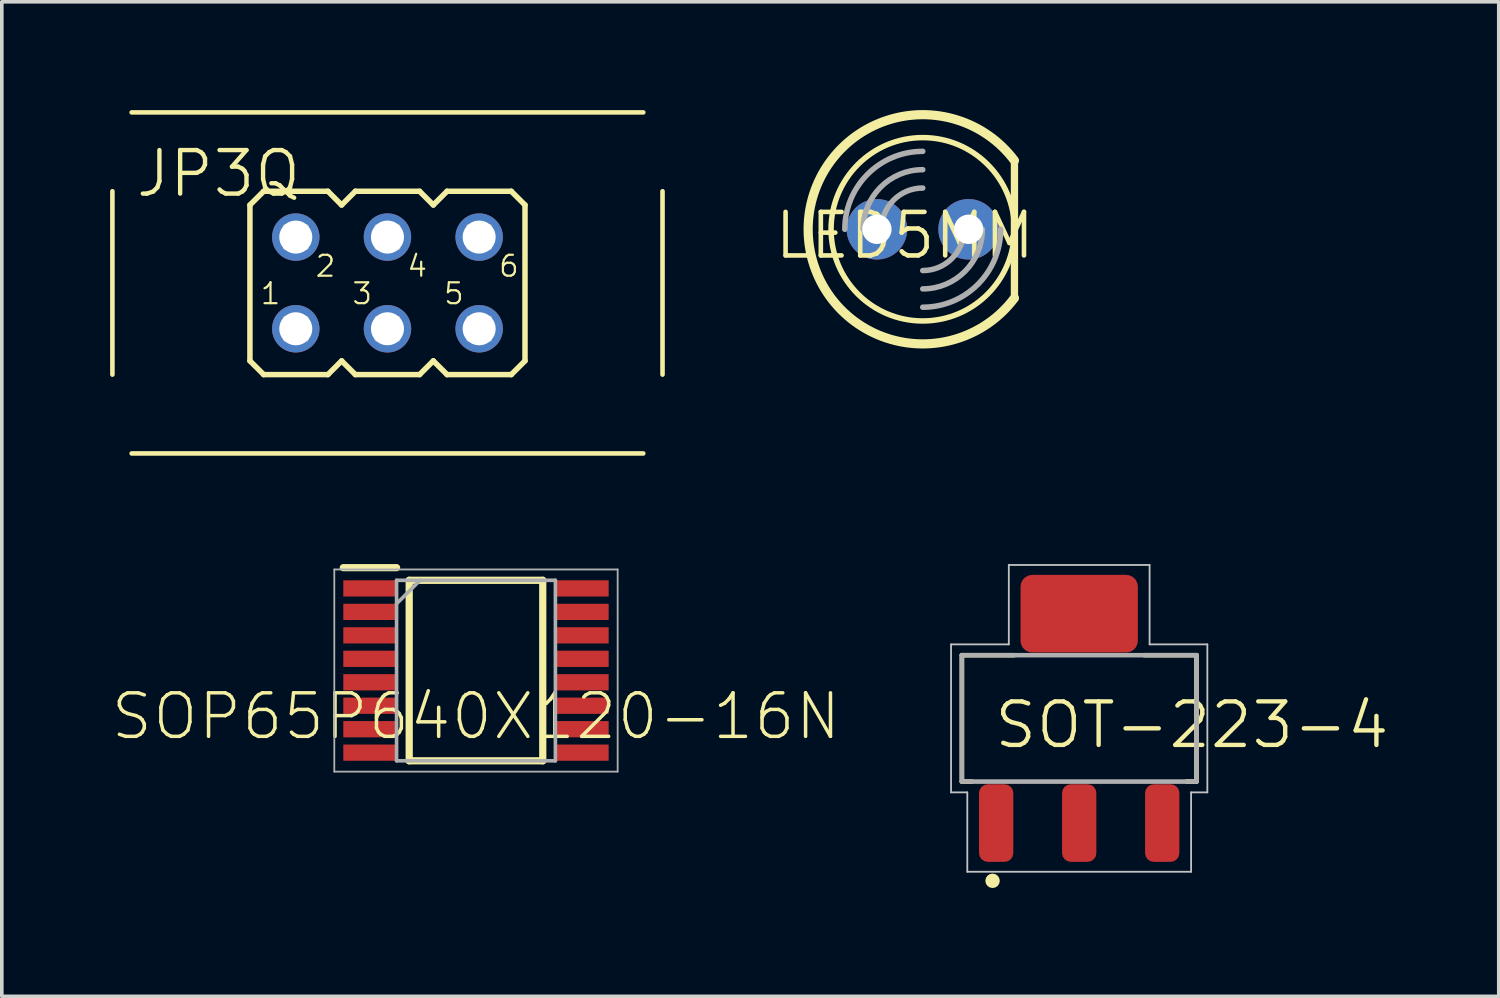
<source format=kicad_pcb>
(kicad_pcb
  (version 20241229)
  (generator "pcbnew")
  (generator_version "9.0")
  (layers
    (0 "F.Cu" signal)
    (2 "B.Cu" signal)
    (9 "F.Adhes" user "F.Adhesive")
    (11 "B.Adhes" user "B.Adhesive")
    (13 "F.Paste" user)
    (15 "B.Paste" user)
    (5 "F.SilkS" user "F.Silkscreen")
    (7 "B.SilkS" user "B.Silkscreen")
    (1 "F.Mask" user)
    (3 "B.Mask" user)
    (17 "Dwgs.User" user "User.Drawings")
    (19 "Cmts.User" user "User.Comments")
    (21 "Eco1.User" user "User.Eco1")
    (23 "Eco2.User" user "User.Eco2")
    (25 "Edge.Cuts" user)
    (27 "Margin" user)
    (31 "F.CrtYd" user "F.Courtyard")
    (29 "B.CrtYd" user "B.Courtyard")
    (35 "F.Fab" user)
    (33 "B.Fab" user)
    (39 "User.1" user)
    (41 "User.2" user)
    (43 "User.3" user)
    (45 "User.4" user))
  (footprint "JP3Q"
    (layer "F.Cu")
    (at 7.684 4.788)
    (property "Reference" "JP3Q" (at -7.029 -2.321 180) (layer "F.SilkS") (effects (font (size 1.206 1.206) (thickness 0.121)) (justify left bottom)))
    (attr through_hole)
    (fp_line (start -7.62 -2.54) (end -7.62 2.54) (stroke (width 0.127) (type solid)) (layer "F.SilkS"))
    (fp_line (start -7.087 -4.724) (end 7.087 -4.724) (stroke (width 0.127) (type solid)) (layer "F.SilkS"))
    (fp_line (start -7.087 4.724) (end 7.087 4.724) (stroke (width 0.127) (type solid)) (layer "F.SilkS"))
    (fp_line (start -3.81 -2.159) (end -3.429 -2.54) (stroke (width 0.152) (type solid)) (layer "F.SilkS"))
    (fp_line (start -3.81 2.159) (end -3.81 -2.159) (stroke (width 0.152) (type solid)) (layer "F.SilkS"))
    (fp_line (start -3.81 2.159) (end -3.429 2.54) (stroke (width 0.152) (type solid)) (layer "F.SilkS"))
    (fp_line (start -3.429 -2.54) (end -1.651 -2.54) (stroke (width 0.152) (type solid)) (layer "F.SilkS"))
    (fp_line (start -3.429 2.54) (end -1.651 2.54) (stroke (width 0.152) (type solid)) (layer "F.SilkS"))
    (fp_line (start -1.651 -2.54) (end -1.27 -2.159) (stroke (width 0.152) (type solid)) (layer "F.SilkS"))
    (fp_line (start -1.27 -2.159) (end -0.889 -2.54) (stroke (width 0.152) (type solid)) (layer "F.SilkS"))
    (fp_line (start -1.27 2.159) (end -1.651 2.54) (stroke (width 0.152) (type solid)) (layer "F.SilkS"))
    (fp_line (start -1.27 2.159) (end -0.889 2.54) (stroke (width 0.152) (type solid)) (layer "F.SilkS"))
    (fp_line (start -0.889 -2.54) (end 0.889 -2.54) (stroke (width 0.152) (type solid)) (layer "F.SilkS"))
    (fp_line (start 0.889 2.54) (end -0.889 2.54) (stroke (width 0.152) (type solid)) (layer "F.SilkS"))
    (fp_line (start 1.27 -2.159) (end 0.889 -2.54) (stroke (width 0.152) (type solid)) (layer "F.SilkS"))
    (fp_line (start 1.27 -2.159) (end 1.651 -2.54) (stroke (width 0.152) (type solid)) (layer "F.SilkS"))
    (fp_line (start 1.27 2.159) (end 0.889 2.54) (stroke (width 0.152) (type solid)) (layer "F.SilkS"))
    (fp_line (start 1.27 2.159) (end 1.651 2.54) (stroke (width 0.152) (type solid)) (layer "F.SilkS"))
    (fp_line (start 1.651 -2.54) (end 3.429 -2.54) (stroke (width 0.152) (type solid)) (layer "F.SilkS"))
    (fp_line (start 3.429 2.54) (end 1.651 2.54) (stroke (width 0.152) (type solid)) (layer "F.SilkS"))
    (fp_line (start 3.429 2.54) (end 3.81 2.159) (stroke (width 0.152) (type solid)) (layer "F.SilkS"))
    (fp_line (start 3.81 -2.159) (end 3.429 -2.54) (stroke (width 0.152) (type solid)) (layer "F.SilkS"))
    (fp_line (start 3.81 -2.159) (end 3.81 2.159) (stroke (width 0.152) (type solid)) (layer "F.SilkS"))
    (fp_line (start 7.62 2.54) (end 7.62 -2.54) (stroke (width 0.127) (type solid)) (layer "F.SilkS"))
    (fp_poly (pts (xy -2.845 -0.965) (xy -2.235 -0.965) (xy -2.235 -1.575) (xy -2.845 -1.575)) (stroke (width 0.1) (type solid)) (fill no) (layer "F.Fab"))
    (fp_poly (pts (xy -2.845 1.575) (xy -2.235 1.575) (xy -2.235 0.965) (xy -2.845 0.965)) (stroke (width 0.1) (type solid)) (fill no) (layer "F.Fab"))
    (fp_poly (pts (xy -0.305 -0.965) (xy 0.305 -0.965) (xy 0.305 -1.575) (xy -0.305 -1.575)) (stroke (width 0.1) (type solid)) (fill no) (layer "F.Fab"))
    (fp_poly (pts (xy -0.305 1.575) (xy 0.305 1.575) (xy 0.305 0.965) (xy -0.305 0.965)) (stroke (width 0.1) (type solid)) (fill no) (layer "F.Fab"))
    (fp_poly (pts (xy 2.235 -0.965) (xy 2.845 -0.965) (xy 2.845 -1.575) (xy 2.235 -1.575)) (stroke (width 0.1) (type solid)) (fill no) (layer "F.Fab"))
    (fp_poly (pts (xy 2.235 1.575) (xy 2.845 1.575) (xy 2.845 0.965) (xy 2.235 0.965)) (stroke (width 0.1) (type solid)) (fill no) (layer "F.Fab"))
    (fp_text user "6" (at 3.048 -0.127 0) (layer "F.SilkS") (effects (font (size 0.579 0.579) (thickness 0.061)) (justify left bottom)))
    (fp_text user "2" (at -2.032 -0.127 0) (layer "F.SilkS") (effects (font (size 0.579 0.579) (thickness 0.061)) (justify left bottom)))
    (fp_text user "5" (at 1.524 0.635 0) (layer "F.SilkS") (effects (font (size 0.579 0.579) (thickness 0.061)) (justify left bottom)))
    (fp_text user "4" (at 0.508 -0.127 0) (layer "F.SilkS") (effects (font (size 0.579 0.579) (thickness 0.061)) (justify left bottom)))
    (fp_text user "1" (at -3.556 0.635 0) (layer "F.SilkS") (effects (font (size 0.579 0.579) (thickness 0.061)) (justify left bottom)))
    (fp_text user "3" (at -1.016 0.635 0) (layer "F.SilkS") (effects (font (size 0.579 0.579) (thickness 0.061)) (justify left bottom)))
    (pad "1" thru_hole circle (at -2.54 1.27) (size 1.314 1.314) (drill 0.914) (layers "*.Cu" "*.Mask"))
    (pad "2" thru_hole circle (at -2.54 -1.27) (size 1.314 1.314) (drill 0.914) (layers "*.Cu" "*.Mask"))
    (pad "3" thru_hole circle (at 0 1.27) (size 1.314 1.314) (drill 0.914) (layers "*.Cu" "*.Mask"))
    (pad "4" thru_hole circle (at 0 -1.27) (size 1.314 1.314) (drill 0.914) (layers "*.Cu" "*.Mask"))
    (pad "5" thru_hole circle (at 2.54 1.27) (size 1.314 1.314) (drill 0.914) (layers "*.Cu" "*.Mask"))
    (pad "6" thru_hole circle (at 2.54 -1.27) (size 1.314 1.314) (drill 0.914) (layers "*.Cu" "*.Mask")))
  (footprint "LED5MM"
    (layer "F.Cu")
    (at 22.513 3.302)
    (property "Reference" "LED5MM" (at 3.175 -0.533 0) (layer "F.SilkS") (effects (font (size 1.206 1.206) (thickness 0.127)) (justify right top)))
    (attr through_hole)
    (fp_line (start 2.54 1.905) (end 2.54 -1.905) (stroke (width 0.203) (type solid)) (layer "F.SilkS"))
    (fp_arc (start 2.54 1.905) (mid -3.175 0) (end 2.54 -1.905) (stroke (width 0.254) (type solid)) (layer "F.SilkS"))
    (fp_circle (center 0 0) (end 2.54 0) (stroke (width 0.152) (type solid)) (fill no) (layer "F.SilkS"))
    (fp_arc (start -2.159 0) (mid -1.526644 -1.526644) (end 0 -2.159) (stroke (width 0.1524) (type solid)) (layer "F.Fab"))
    (fp_arc (start -1.651 0) (mid -1.167433 -1.167433) (end 0 -1.651) (stroke (width 0.1524) (type solid)) (layer "F.Fab"))
    (fp_arc (start -1.143 0) (mid -0.808223 -0.808223) (end 0 -1.143) (stroke (width 0.1524) (type solid)) (layer "F.Fab"))
    (fp_arc (start 1.143 0) (mid 0.808223 0.808223) (end 0 1.143) (stroke (width 0.1524) (type solid)) (layer "F.Fab"))
    (fp_arc (start 1.651 0) (mid 1.167433 1.167433) (end 0 1.651) (stroke (width 0.1524) (type solid)) (layer "F.Fab"))
    (fp_arc (start 2.159 0) (mid 1.526644 1.526644) (end 0 2.159) (stroke (width 0.1524) (type solid)) (layer "F.Fab"))
    (pad "A" thru_hole circle (at -1.27 0) (size 1.676 1.676) (drill 0.813) (layers "*.Cu" "*.Mask"))
    (pad "K" thru_hole circle (at 1.27 0) (size 1.676 1.676) (drill 0.813) (layers "*.Cu" "*.Mask")))
  (footprint "SOP65P640X120-16N"
    (layer "F.Cu")
    (at 10.136 15.526)
    (property "Reference" "SOP65P640X120-16N" (at 0 1.27 180) (layer "F.SilkS") (effects (font (size 1.206 1.206) (thickness 0.097))))
    (attr through_hole)
    (fp_line (start -3.675 -2.85) (end -2.2 -2.85) (stroke (width 0.2) (type solid)) (layer "F.SilkS"))
    (fp_line (start -1.85 -2.5) (end 1.85 -2.5) (stroke (width 0.2) (type solid)) (layer "F.SilkS"))
    (fp_line (start -1.85 2.5) (end -1.85 -2.5) (stroke (width 0.2) (type solid)) (layer "F.SilkS"))
    (fp_line (start 1.85 -2.5) (end 1.85 2.5) (stroke (width 0.2) (type solid)) (layer "F.SilkS"))
    (fp_line (start 1.85 2.5) (end -1.85 2.5) (stroke (width 0.2) (type solid)) (layer "F.SilkS"))
    (fp_line (start -3.925 -2.8) (end 3.925 -2.8) (stroke (width 0.05) (type solid)) (layer "F.Fab"))
    (fp_line (start -3.925 2.8) (end -3.925 -2.8) (stroke (width 0.05) (type solid)) (layer "F.Fab"))
    (fp_line (start -2.2 -2.5) (end 2.2 -2.5) (stroke (width 0.1) (type solid)) (layer "F.Fab"))
    (fp_line (start -2.2 -1.85) (end -1.55 -2.5) (stroke (width 0.1) (type solid)) (layer "F.Fab"))
    (fp_line (start -2.2 2.5) (end -2.2 -2.5) (stroke (width 0.1) (type solid)) (layer "F.Fab"))
    (fp_line (start 2.2 -2.5) (end 2.2 2.5) (stroke (width 0.1) (type solid)) (layer "F.Fab"))
    (fp_line (start 2.2 2.5) (end -2.2 2.5) (stroke (width 0.1) (type solid)) (layer "F.Fab"))
    (fp_line (start 3.925 -2.8) (end 3.925 2.8) (stroke (width 0.05) (type solid)) (layer "F.Fab"))
    (fp_line (start 3.925 2.8) (end -3.925 2.8) (stroke (width 0.05) (type solid)) (layer "F.Fab"))
    (pad "1" smd rect (at -2.938 -2.275) (size 1.475 0.45) (layers "F.Cu" "F.Mask" "F.Paste"))
    (pad "2" smd rect (at -2.938 -1.625) (size 1.475 0.45) (layers "F.Cu" "F.Mask" "F.Paste"))
    (pad "3" smd rect (at -2.938 -0.975) (size 1.475 0.45) (layers "F.Cu" "F.Mask" "F.Paste"))
    (pad "4" smd rect (at -2.938 -0.325) (size 1.475 0.45) (layers "F.Cu" "F.Mask" "F.Paste"))
    (pad "5" smd rect (at -2.938 0.325) (size 1.475 0.45) (layers "F.Cu" "F.Mask" "F.Paste"))
    (pad "6" smd rect (at -2.938 0.975) (size 1.475 0.45) (layers "F.Cu" "F.Mask" "F.Paste"))
    (pad "7" smd rect (at -2.938 1.625) (size 1.475 0.45) (layers "F.Cu" "F.Mask" "F.Paste"))
    (pad "8" smd rect (at -2.938 2.275) (size 1.475 0.45) (layers "F.Cu" "F.Mask" "F.Paste"))
    (pad "9" smd rect (at 2.938 2.275) (size 1.475 0.45) (layers "F.Cu" "F.Mask" "F.Paste"))
    (pad "10" smd rect (at 2.938 1.625) (size 1.475 0.45) (layers "F.Cu" "F.Mask" "F.Paste"))
    (pad "11" smd rect (at 2.938 0.975) (size 1.475 0.45) (layers "F.Cu" "F.Mask" "F.Paste"))
    (pad "12" smd rect (at 2.938 0.325) (size 1.475 0.45) (layers "F.Cu" "F.Mask" "F.Paste"))
    (pad "13" smd rect (at 2.938 -0.325) (size 1.475 0.45) (layers "F.Cu" "F.Mask" "F.Paste"))
    (pad "14" smd rect (at 2.938 -0.975) (size 1.475 0.45) (layers "F.Cu" "F.Mask" "F.Paste"))
    (pad "15" smd rect (at 2.938 -1.625) (size 1.475 0.45) (layers "F.Cu" "F.Mask" "F.Paste"))
    (pad "16" smd rect (at 2.938 -2.275) (size 1.475 0.45) (layers "F.Cu" "F.Mask" "F.Paste")))
  (footprint "SOT-223-4"
    (layer "F.Cu")
    (at 26.847 16.851)
    (property "Reference" "SOT-223-4" (at -2.413 0.889 0) (layer "F.SilkS") (effects (font (size 1.206 1.206) (thickness 0.121)) (justify left bottom)))
    (attr through_hole)
    (fp_line (start -3.25 -1.75) (end -1.805 -1.75) (stroke (width 0.127) (type solid)) (layer "F.SilkS"))
    (fp_line (start -3.25 1.75) (end -3.25 -1.75) (stroke (width 0.127) (type solid)) (layer "F.SilkS"))
    (fp_line (start -2.975 1.75) (end -3.25 1.75) (stroke (width 0.127) (type solid)) (layer "F.SilkS"))
    (fp_line (start 2.975 1.75) (end 3.25 1.75) (stroke (width 0.127) (type solid)) (layer "F.SilkS"))
    (fp_line (start 3.25 -1.75) (end 1.805 -1.75) (stroke (width 0.127) (type solid)) (layer "F.SilkS"))
    (fp_line (start 3.25 1.75) (end 3.25 -1.75) (stroke (width 0.127) (type solid)) (layer "F.SilkS"))
    (fp_circle (center -2.4 4.5) (end -2.3 4.5) (stroke (width 0.2) (type solid)) (fill no) (layer "F.SilkS"))
    (fp_line (start -3.55 -2.05) (end -3.55 2.05) (stroke (width 0.05) (type solid)) (layer "Dwgs.User"))
    (fp_line (start -3.55 2.05) (end -3.1 2.05) (stroke (width 0.05) (type solid)) (layer "Dwgs.User"))
    (fp_line (start -3.1 2.05) (end -3.1 4.25) (stroke (width 0.05) (type solid)) (layer "Dwgs.User"))
    (fp_line (start -3.1 4.25) (end 3.1 4.25) (stroke (width 0.05) (type solid)) (layer "Dwgs.User"))
    (fp_line (start -1.95 -4.25) (end -1.95 -2.05) (stroke (width 0.05) (type solid)) (layer "Dwgs.User"))
    (fp_line (start -1.95 -2.05) (end -3.55 -2.05) (stroke (width 0.05) (type solid)) (layer "Dwgs.User"))
    (fp_line (start 1.95 -4.25) (end -1.95 -4.25) (stroke (width 0.05) (type solid)) (layer "Dwgs.User"))
    (fp_line (start 1.95 -2.05) (end 1.95 -4.25) (stroke (width 0.05) (type solid)) (layer "Dwgs.User"))
    (fp_line (start 3.1 2.05) (end 3.55 2.05) (stroke (width 0.05) (type solid)) (layer "Dwgs.User"))
    (fp_line (start 3.1 4.25) (end 3.1 2.05) (stroke (width 0.05) (type solid)) (layer "Dwgs.User"))
    (fp_line (start 3.55 -2.05) (end 1.95 -2.05) (stroke (width 0.05) (type solid)) (layer "Dwgs.User"))
    (fp_line (start 3.55 2.05) (end 3.55 -2.05) (stroke (width 0.05) (type solid)) (layer "Dwgs.User"))
    (fp_line (start -3.25 -1.75) (end 3.25 -1.75) (stroke (width 0.127) (type solid)) (layer "F.Fab"))
    (fp_line (start -3.25 1.75) (end -3.25 -1.75) (stroke (width 0.127) (type solid)) (layer "F.Fab"))
    (fp_line (start 3.25 -1.75) (end 3.25 1.75) (stroke (width 0.127) (type solid)) (layer "F.Fab"))
    (fp_line (start 3.25 1.75) (end -3.25 1.75) (stroke (width 0.127) (type solid)) (layer "F.Fab"))
    (pad "1" smd roundrect (at -2.3 2.9 270) (size 2.15 0.95) (layers "F.Cu" "F.Mask" "F.Paste") (roundrect_rratio 0.255))
    (pad "2" smd roundrect (at 0 2.9 270) (size 2.15 0.95) (layers "F.Cu" "F.Mask" "F.Paste") (roundrect_rratio 0.255))
    (pad "3" smd roundrect (at 2.3 2.9 270) (size 2.15 0.95) (layers "F.Cu" "F.Mask" "F.Paste") (roundrect_rratio 0.255))
    (pad "4" smd roundrect (at 0 -2.9 90) (size 2.15 3.25) (layers "F.Cu" "F.Mask" "F.Paste") (roundrect_rratio 0.15)))
  (gr_rect
    (start -3 -3)
    (end 38.47 24.551)
    (stroke (width 0.1) (type default))
    (fill no)
    (layer "Edge.Cuts")))
</source>
